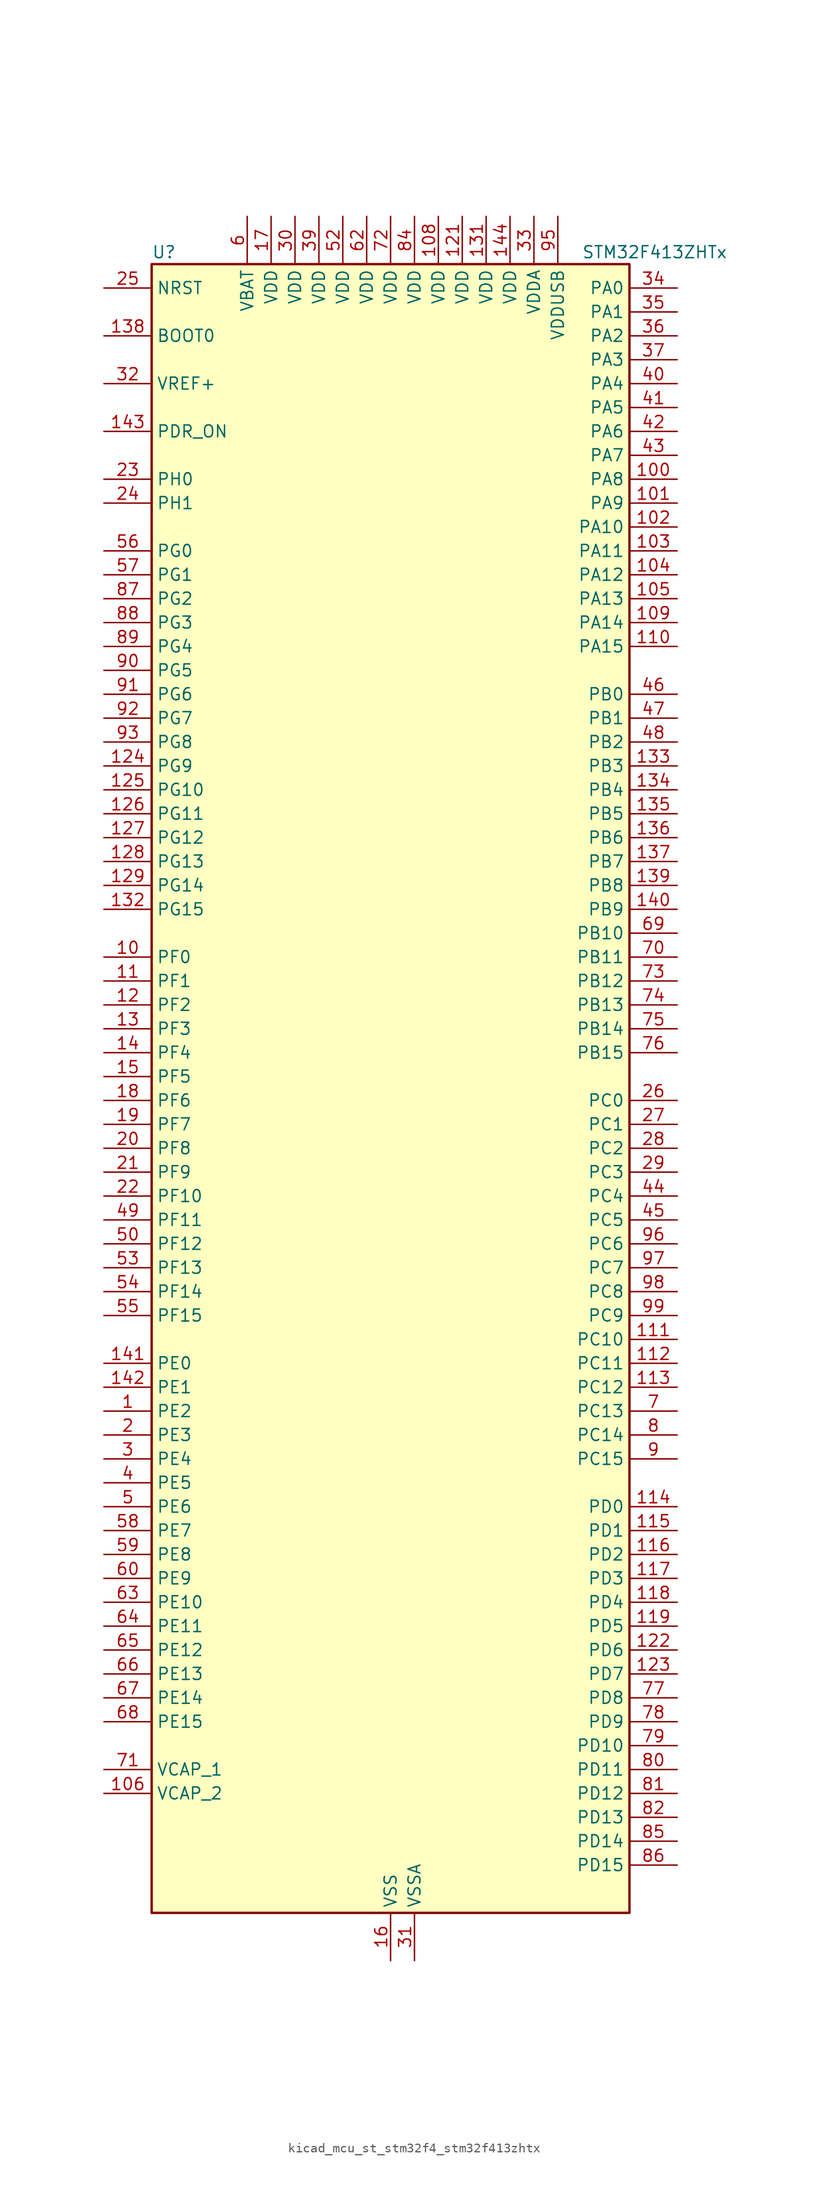
<source format=kicad_sym>
(kicad_symbol_lib
  (version 20220914)
  (generator kicad_symbol_editor)
  (symbol "kicad_mcu_st_stm32f4_stm32f413zhtx"
    (property "Reference" "U"
      (at -25.4 90.17 0)
      (effects (font (size 1.27 1.27)) (justify left)))
    (property "Value" "STM32F413ZHTx"
      (at 20.32 90.17 0)
      (effects (font (size 1.27 1.27)) (justify left)))
    (property "ki_locked" ""
      (at 0 0 0)
      (effects (font (size 1.27 1.27))))
    (symbol "kicad_mcu_st_stm32f4_stm32f413zhtx_0_1"
      (rectangle (start -25.4 -86.36) (end 25.4 88.9) (stroke (width 0.254) (type default)) (fill (type background))))
    (symbol "kicad_mcu_st_stm32f4_stm32f413zhtx_1_1"
      (pin bidirectional line (at -30.48 -33.02 0) (length 5.08) (name "PE2" (effects (font (size 1.27 1.27)))) (number "1" (effects (font (size 1.27 1.27)))) (alternate "FSMC_A23" bidirectional line) (alternate "I2S4_CK" bidirectional line) (alternate "I2S5_CK" bidirectional line) (alternate "QUADSPI_BK1_IO2" bidirectional line) (alternate "SAI1_MCLK_A" bidirectional line) (alternate "SPI4_SCK" bidirectional line) (alternate "SPI5_SCK" bidirectional line) (alternate "SYS_TRACECLK" bidirectional line) (alternate "UART10_RX" bidirectional line))
      (pin bidirectional line (at -30.48 15.24 0) (length 5.08) (name "PF0" (effects (font (size 1.27 1.27)))) (number "10" (effects (font (size 1.27 1.27)))) (alternate "FSMC_A0" bidirectional line) (alternate "I2C2_SDA" bidirectional line))
      (pin bidirectional line (at 30.48 66.04 180) (length 5.08) (name "PA8" (effects (font (size 1.27 1.27)))) (number "100" (effects (font (size 1.27 1.27)))) (alternate "CAN3_RX" bidirectional line) (alternate "DFSDM1_CKOUT" bidirectional line) (alternate "I2C3_SCL" bidirectional line) (alternate "RCC_MCO_1" bidirectional line) (alternate "SDIO_D1" bidirectional line) (alternate "TIM1_CH1" bidirectional line) (alternate "UART7_RX" bidirectional line) (alternate "USART1_CK" bidirectional line) (alternate "USB_OTG_FS_SOF" bidirectional line))
      (pin bidirectional line (at 30.48 63.5 180) (length 5.08) (name "PA9" (effects (font (size 1.27 1.27)))) (number "101" (effects (font (size 1.27 1.27)))) (alternate "DAC_EXTI9" bidirectional line) (alternate "DFSDM2_CKIN3" bidirectional line) (alternate "I2C3_SMBA" bidirectional line) (alternate "I2S2_CK" bidirectional line) (alternate "SDIO_D2" bidirectional line) (alternate "SPI2_SCK" bidirectional line) (alternate "TIM1_CH2" bidirectional line) (alternate "USART1_TX" bidirectional line) (alternate "USB_OTG_FS_VBUS" bidirectional line))
      (pin bidirectional line (at 30.48 60.96 180) (length 5.08) (name "PA10" (effects (font (size 1.27 1.27)))) (number "102" (effects (font (size 1.27 1.27)))) (alternate "DFSDM2_DATIN3" bidirectional line) (alternate "I2S2_SD" bidirectional line) (alternate "I2S5_SD" bidirectional line) (alternate "SPI2_MOSI" bidirectional line) (alternate "SPI5_MOSI" bidirectional line) (alternate "TIM1_CH3" bidirectional line) (alternate "USART1_RX" bidirectional line) (alternate "USB_OTG_FS_ID" bidirectional line))
      (pin bidirectional line (at 30.48 58.42 180) (length 5.08) (name "PA11" (effects (font (size 1.27 1.27)))) (number "103" (effects (font (size 1.27 1.27)))) (alternate "ADC1_EXTI11" bidirectional line) (alternate "CAN1_RX" bidirectional line) (alternate "DFSDM2_CKIN5" bidirectional line) (alternate "I2S2_WS" bidirectional line) (alternate "SPI2_NSS" bidirectional line) (alternate "SPI4_MISO" bidirectional line) (alternate "TIM1_CH4" bidirectional line) (alternate "UART4_RX" bidirectional line) (alternate "USART1_CTS" bidirectional line) (alternate "USART6_TX" bidirectional line) (alternate "USB_OTG_FS_DM" bidirectional line))
      (pin bidirectional line (at 30.48 55.88 180) (length 5.08) (name "PA12" (effects (font (size 1.27 1.27)))) (number "104" (effects (font (size 1.27 1.27)))) (alternate "CAN1_TX" bidirectional line) (alternate "DFSDM2_DATIN5" bidirectional line) (alternate "SPI2_MISO" bidirectional line) (alternate "SPI5_MISO" bidirectional line) (alternate "TIM1_ETR" bidirectional line) (alternate "UART4_TX" bidirectional line) (alternate "USART1_RTS" bidirectional line) (alternate "USART6_RX" bidirectional line) (alternate "USB_OTG_FS_DP" bidirectional line))
      (pin bidirectional line (at 30.48 53.34 180) (length 5.08) (name "PA13" (effects (font (size 1.27 1.27)))) (number "105" (effects (font (size 1.27 1.27)))) (alternate "SYS_JTMS-SWDIO" bidirectional line))
      (pin power_out line (at -30.48 -73.66 0) (length 5.08) (name "VCAP_2" (effects (font (size 1.27 1.27)))) (number "106" (effects (font (size 1.27 1.27)))))
      (pin passive line (at 0 -91.44 90) (length 5.08) hide (name "VSS" (effects (font (size 1.27 1.27)))) (number "107" (effects (font (size 1.27 1.27)))))
      (pin power_in line (at 5.08 93.98 270) (length 5.08) (name "VDD" (effects (font (size 1.27 1.27)))) (number "108" (effects (font (size 1.27 1.27)))))
      (pin bidirectional line (at 30.48 50.8 180) (length 5.08) (name "PA14" (effects (font (size 1.27 1.27)))) (number "109" (effects (font (size 1.27 1.27)))) (alternate "SYS_JTCK-SWCLK" bidirectional line))
      (pin bidirectional line (at -30.48 12.7 0) (length 5.08) (name "PF1" (effects (font (size 1.27 1.27)))) (number "11" (effects (font (size 1.27 1.27)))) (alternate "FSMC_A1" bidirectional line) (alternate "I2C2_SCL" bidirectional line))
      (pin bidirectional line (at 30.48 48.26 180) (length 5.08) (name "PA15" (effects (font (size 1.27 1.27)))) (number "110" (effects (font (size 1.27 1.27)))) (alternate "ADC1_EXTI15" bidirectional line) (alternate "CAN3_TX" bidirectional line) (alternate "I2S1_WS" bidirectional line) (alternate "I2S3_WS" bidirectional line) (alternate "SAI1_MCLK_A" bidirectional line) (alternate "SPI1_NSS" bidirectional line) (alternate "SPI3_NSS" bidirectional line) (alternate "SYS_JTDI" bidirectional line) (alternate "TIM2_CH1" bidirectional line) (alternate "TIM2_ETR" bidirectional line) (alternate "UART7_TX" bidirectional line) (alternate "USART1_TX" bidirectional line))
      (pin bidirectional line (at 30.48 -25.4 180) (length 5.08) (name "PC10" (effects (font (size 1.27 1.27)))) (number "111" (effects (font (size 1.27 1.27)))) (alternate "DFSDM2_CKIN5" bidirectional line) (alternate "I2S3_CK" bidirectional line) (alternate "QUADSPI_BK1_IO1" bidirectional line) (alternate "SDIO_D2" bidirectional line) (alternate "SPI3_SCK" bidirectional line) (alternate "USART3_TX" bidirectional line))
      (pin bidirectional line (at 30.48 -27.94 180) (length 5.08) (name "PC11" (effects (font (size 1.27 1.27)))) (number "112" (effects (font (size 1.27 1.27)))) (alternate "ADC1_EXTI11" bidirectional line) (alternate "DFSDM2_DATIN5" bidirectional line) (alternate "FSMC_D2" bidirectional line) (alternate "FSMC_DA2" bidirectional line) (alternate "I2S3_ext_SD" bidirectional line) (alternate "QUADSPI_BK2_NCS" bidirectional line) (alternate "SDIO_D3" bidirectional line) (alternate "SPI3_MISO" bidirectional line) (alternate "UART4_RX" bidirectional line) (alternate "USART3_RX" bidirectional line))
      (pin bidirectional line (at 30.48 -30.48 180) (length 5.08) (name "PC12" (effects (font (size 1.27 1.27)))) (number "113" (effects (font (size 1.27 1.27)))) (alternate "FSMC_D3" bidirectional line) (alternate "FSMC_DA3" bidirectional line) (alternate "I2S3_SD" bidirectional line) (alternate "SDIO_CK" bidirectional line) (alternate "SPI3_MOSI" bidirectional line) (alternate "UART5_TX" bidirectional line) (alternate "USART3_CK" bidirectional line))
      (pin bidirectional line (at 30.48 -43.18 180) (length 5.08) (name "PD0" (effects (font (size 1.27 1.27)))) (number "114" (effects (font (size 1.27 1.27)))) (alternate "CAN1_RX" bidirectional line) (alternate "DFSDM2_CKIN6" bidirectional line) (alternate "FSMC_D2" bidirectional line) (alternate "FSMC_DA2" bidirectional line) (alternate "UART4_RX" bidirectional line))
      (pin bidirectional line (at 30.48 -45.72 180) (length 5.08) (name "PD1" (effects (font (size 1.27 1.27)))) (number "115" (effects (font (size 1.27 1.27)))) (alternate "CAN1_TX" bidirectional line) (alternate "DFSDM2_DATIN6" bidirectional line) (alternate "FSMC_D3" bidirectional line) (alternate "FSMC_DA3" bidirectional line) (alternate "UART4_TX" bidirectional line))
      (pin bidirectional line (at 30.48 -48.26 180) (length 5.08) (name "PD2" (effects (font (size 1.27 1.27)))) (number "116" (effects (font (size 1.27 1.27)))) (alternate "DFSDM2_CKOUT" bidirectional line) (alternate "FSMC_NWE" bidirectional line) (alternate "SDIO_CMD" bidirectional line) (alternate "TIM3_ETR" bidirectional line) (alternate "UART5_RX" bidirectional line))
      (pin bidirectional line (at 30.48 -50.8 180) (length 5.08) (name "PD3" (effects (font (size 1.27 1.27)))) (number "117" (effects (font (size 1.27 1.27)))) (alternate "DFSDM1_DATIN0" bidirectional line) (alternate "FSMC_CLK" bidirectional line) (alternate "I2S2_CK" bidirectional line) (alternate "QUADSPI_CLK" bidirectional line) (alternate "SPI2_SCK" bidirectional line) (alternate "SYS_TRACED1" bidirectional line) (alternate "USART2_CTS" bidirectional line))
      (pin bidirectional line (at 30.48 -53.34 180) (length 5.08) (name "PD4" (effects (font (size 1.27 1.27)))) (number "118" (effects (font (size 1.27 1.27)))) (alternate "DFSDM1_CKIN0" bidirectional line) (alternate "FSMC_NOE" bidirectional line) (alternate "USART2_RTS" bidirectional line))
      (pin bidirectional line (at 30.48 -55.88 180) (length 5.08) (name "PD5" (effects (font (size 1.27 1.27)))) (number "119" (effects (font (size 1.27 1.27)))) (alternate "DFSDM2_CKOUT" bidirectional line) (alternate "FSMC_NWE" bidirectional line) (alternate "USART2_TX" bidirectional line))
      (pin bidirectional line (at -30.48 10.16 0) (length 5.08) (name "PF2" (effects (font (size 1.27 1.27)))) (number "12" (effects (font (size 1.27 1.27)))) (alternate "FSMC_A2" bidirectional line) (alternate "I2C2_SMBA" bidirectional line))
      (pin passive line (at 0 -91.44 90) (length 5.08) hide (name "VSS" (effects (font (size 1.27 1.27)))) (number "120" (effects (font (size 1.27 1.27)))))
      (pin power_in line (at 7.62 93.98 270) (length 5.08) (name "VDD" (effects (font (size 1.27 1.27)))) (number "121" (effects (font (size 1.27 1.27)))))
      (pin bidirectional line (at 30.48 -58.42 180) (length 5.08) (name "PD6" (effects (font (size 1.27 1.27)))) (number "122" (effects (font (size 1.27 1.27)))) (alternate "DFSDM1_DATIN1" bidirectional line) (alternate "FSMC_NWAIT" bidirectional line) (alternate "I2S3_SD" bidirectional line) (alternate "SPI3_MOSI" bidirectional line) (alternate "USART2_RX" bidirectional line))
      (pin bidirectional line (at 30.48 -60.96 180) (length 5.08) (name "PD7" (effects (font (size 1.27 1.27)))) (number "123" (effects (font (size 1.27 1.27)))) (alternate "DFSDM1_CKIN1" bidirectional line) (alternate "FSMC_NE1" bidirectional line) (alternate "USART2_CK" bidirectional line))
      (pin bidirectional line (at -30.48 35.56 0) (length 5.08) (name "PG9" (effects (font (size 1.27 1.27)))) (number "124" (effects (font (size 1.27 1.27)))) (alternate "DAC_EXTI9" bidirectional line) (alternate "FSMC_NE2" bidirectional line) (alternate "QUADSPI_BK2_IO2" bidirectional line) (alternate "USART6_RX" bidirectional line))
      (pin bidirectional line (at -30.48 33.02 0) (length 5.08) (name "PG10" (effects (font (size 1.27 1.27)))) (number "125" (effects (font (size 1.27 1.27)))) (alternate "FSMC_NE3" bidirectional line))
      (pin bidirectional line (at -30.48 30.48 0) (length 5.08) (name "PG11" (effects (font (size 1.27 1.27)))) (number "126" (effects (font (size 1.27 1.27)))) (alternate "ADC1_EXTI11" bidirectional line) (alternate "CAN2_RX" bidirectional line) (alternate "UART10_RX" bidirectional line))
      (pin bidirectional line (at -30.48 27.94 0) (length 5.08) (name "PG12" (effects (font (size 1.27 1.27)))) (number "127" (effects (font (size 1.27 1.27)))) (alternate "CAN2_TX" bidirectional line) (alternate "FSMC_NE4" bidirectional line) (alternate "UART10_TX" bidirectional line) (alternate "USART6_RTS" bidirectional line))
      (pin bidirectional line (at -30.48 25.4 0) (length 5.08) (name "PG13" (effects (font (size 1.27 1.27)))) (number "128" (effects (font (size 1.27 1.27)))) (alternate "FSMC_A24" bidirectional line) (alternate "SYS_TRACED2" bidirectional line) (alternate "USART6_CTS" bidirectional line))
      (pin bidirectional line (at -30.48 22.86 0) (length 5.08) (name "PG14" (effects (font (size 1.27 1.27)))) (number "129" (effects (font (size 1.27 1.27)))) (alternate "FSMC_A25" bidirectional line) (alternate "QUADSPI_BK2_IO3" bidirectional line) (alternate "SYS_TRACED3" bidirectional line) (alternate "USART6_TX" bidirectional line))
      (pin bidirectional line (at -30.48 7.62 0) (length 5.08) (name "PF3" (effects (font (size 1.27 1.27)))) (number "13" (effects (font (size 1.27 1.27)))) (alternate "FSMC_A3" bidirectional line) (alternate "TIM5_CH1" bidirectional line))
      (pin passive line (at 0 -91.44 90) (length 5.08) hide (name "VSS" (effects (font (size 1.27 1.27)))) (number "130" (effects (font (size 1.27 1.27)))))
      (pin power_in line (at 10.16 93.98 270) (length 5.08) (name "VDD" (effects (font (size 1.27 1.27)))) (number "131" (effects (font (size 1.27 1.27)))))
      (pin bidirectional line (at -30.48 20.32 0) (length 5.08) (name "PG15" (effects (font (size 1.27 1.27)))) (number "132" (effects (font (size 1.27 1.27)))) (alternate "ADC1_EXTI15" bidirectional line) (alternate "USART6_CTS" bidirectional line))
      (pin bidirectional line (at 30.48 35.56 180) (length 5.08) (name "PB3" (effects (font (size 1.27 1.27)))) (number "133" (effects (font (size 1.27 1.27)))) (alternate "CAN3_RX" bidirectional line) (alternate "FMPI2C1_SDA" bidirectional line) (alternate "I2C2_SDA" bidirectional line) (alternate "I2S1_CK" bidirectional line) (alternate "I2S3_CK" bidirectional line) (alternate "SAI1_SD_A" bidirectional line) (alternate "SPI1_SCK" bidirectional line) (alternate "SPI3_SCK" bidirectional line) (alternate "SYS_JTDO-SWO" bidirectional line) (alternate "TIM2_CH2" bidirectional line) (alternate "UART7_RX" bidirectional line) (alternate "USART1_RX" bidirectional line))
      (pin bidirectional line (at 30.48 33.02 180) (length 5.08) (name "PB4" (effects (font (size 1.27 1.27)))) (number "134" (effects (font (size 1.27 1.27)))) (alternate "CAN3_TX" bidirectional line) (alternate "I2C3_SDA" bidirectional line) (alternate "I2S3_ext_SD" bidirectional line) (alternate "SAI1_SCK_A" bidirectional line) (alternate "SDIO_D0" bidirectional line) (alternate "SPI1_MISO" bidirectional line) (alternate "SPI3_MISO" bidirectional line) (alternate "SYS_JTRST" bidirectional line) (alternate "TIM3_CH1" bidirectional line) (alternate "UART7_TX" bidirectional line))
      (pin bidirectional line (at 30.48 30.48 180) (length 5.08) (name "PB5" (effects (font (size 1.27 1.27)))) (number "135" (effects (font (size 1.27 1.27)))) (alternate "CAN2_RX" bidirectional line) (alternate "I2C1_SMBA" bidirectional line) (alternate "I2S1_SD" bidirectional line) (alternate "I2S3_SD" bidirectional line) (alternate "LPTIM1_IN1" bidirectional line) (alternate "SAI1_FS_A" bidirectional line) (alternate "SDIO_D3" bidirectional line) (alternate "SPI1_MOSI" bidirectional line) (alternate "SPI3_MOSI" bidirectional line) (alternate "TIM3_CH2" bidirectional line) (alternate "UART5_RX" bidirectional line))
      (pin bidirectional line (at 30.48 27.94 180) (length 5.08) (name "PB6" (effects (font (size 1.27 1.27)))) (number "136" (effects (font (size 1.27 1.27)))) (alternate "CAN2_TX" bidirectional line) (alternate "DFSDM2_CKIN7" bidirectional line) (alternate "I2C1_SCL" bidirectional line) (alternate "LPTIM1_ETR" bidirectional line) (alternate "QUADSPI_BK1_NCS" bidirectional line) (alternate "SDIO_D0" bidirectional line) (alternate "TIM4_CH1" bidirectional line) (alternate "UART5_TX" bidirectional line) (alternate "USART1_TX" bidirectional line))
      (pin bidirectional line (at 30.48 25.4 180) (length 5.08) (name "PB7" (effects (font (size 1.27 1.27)))) (number "137" (effects (font (size 1.27 1.27)))) (alternate "DFSDM2_DATIN7" bidirectional line) (alternate "FSMC_NL" bidirectional line) (alternate "I2C1_SDA" bidirectional line) (alternate "LPTIM1_IN2" bidirectional line) (alternate "TIM4_CH2" bidirectional line) (alternate "USART1_RX" bidirectional line))
      (pin input line (at -30.48 81.28 0) (length 5.08) (name "BOOT0" (effects (font (size 1.27 1.27)))) (number "138" (effects (font (size 1.27 1.27)))))
      (pin bidirectional line (at 30.48 22.86 180) (length 5.08) (name "PB8" (effects (font (size 1.27 1.27)))) (number "139" (effects (font (size 1.27 1.27)))) (alternate "CAN1_RX" bidirectional line) (alternate "DFSDM2_CKIN1" bidirectional line) (alternate "I2C1_SCL" bidirectional line) (alternate "I2C3_SDA" bidirectional line) (alternate "I2S5_SD" bidirectional line) (alternate "LPTIM1_OUT" bidirectional line) (alternate "SDIO_D4" bidirectional line) (alternate "SPI5_MOSI" bidirectional line) (alternate "TIM10_CH1" bidirectional line) (alternate "TIM4_CH3" bidirectional line) (alternate "UART5_RX" bidirectional line))
      (pin bidirectional line (at -30.48 5.08 0) (length 5.08) (name "PF4" (effects (font (size 1.27 1.27)))) (number "14" (effects (font (size 1.27 1.27)))) (alternate "FSMC_A4" bidirectional line) (alternate "TIM5_CH2" bidirectional line))
      (pin bidirectional line (at 30.48 20.32 180) (length 5.08) (name "PB9" (effects (font (size 1.27 1.27)))) (number "140" (effects (font (size 1.27 1.27)))) (alternate "CAN1_TX" bidirectional line) (alternate "DAC_EXTI9" bidirectional line) (alternate "DFSDM2_DATIN1" bidirectional line) (alternate "I2C1_SDA" bidirectional line) (alternate "I2C2_SDA" bidirectional line) (alternate "I2S2_WS" bidirectional line) (alternate "SDIO_D5" bidirectional line) (alternate "SPI2_NSS" bidirectional line) (alternate "TIM11_CH1" bidirectional line) (alternate "TIM4_CH4" bidirectional line) (alternate "UART5_TX" bidirectional line))
      (pin bidirectional line (at -30.48 -27.94 0) (length 5.08) (name "PE0" (effects (font (size 1.27 1.27)))) (number "141" (effects (font (size 1.27 1.27)))) (alternate "DFSDM2_CKIN4" bidirectional line) (alternate "FSMC_NBL0" bidirectional line) (alternate "TIM4_ETR" bidirectional line) (alternate "UART8_RX" bidirectional line))
      (pin bidirectional line (at -30.48 -30.48 0) (length 5.08) (name "PE1" (effects (font (size 1.27 1.27)))) (number "142" (effects (font (size 1.27 1.27)))) (alternate "DFSDM2_DATIN4" bidirectional line) (alternate "FSMC_NBL1" bidirectional line) (alternate "UART8_TX" bidirectional line))
      (pin input line (at -30.48 71.12 0) (length 5.08) (name "PDR_ON" (effects (font (size 1.27 1.27)))) (number "143" (effects (font (size 1.27 1.27)))))
      (pin power_in line (at 12.7 93.98 270) (length 5.08) (name "VDD" (effects (font (size 1.27 1.27)))) (number "144" (effects (font (size 1.27 1.27)))))
      (pin bidirectional line (at -30.48 2.54 0) (length 5.08) (name "PF5" (effects (font (size 1.27 1.27)))) (number "15" (effects (font (size 1.27 1.27)))) (alternate "FSMC_A5" bidirectional line) (alternate "TIM5_CH3" bidirectional line))
      (pin power_in line (at 0 -91.44 90) (length 5.08) (name "VSS" (effects (font (size 1.27 1.27)))) (number "16" (effects (font (size 1.27 1.27)))))
      (pin power_in line (at -12.7 93.98 270) (length 5.08) (name "VDD" (effects (font (size 1.27 1.27)))) (number "17" (effects (font (size 1.27 1.27)))))
      (pin bidirectional line (at -30.48 0 0) (length 5.08) (name "PF6" (effects (font (size 1.27 1.27)))) (number "18" (effects (font (size 1.27 1.27)))) (alternate "QUADSPI_BK1_IO3" bidirectional line) (alternate "SAI1_SD_B" bidirectional line) (alternate "SYS_TRACED0" bidirectional line) (alternate "TIM10_CH1" bidirectional line) (alternate "UART7_RX" bidirectional line))
      (pin bidirectional line (at -30.48 -2.54 0) (length 5.08) (name "PF7" (effects (font (size 1.27 1.27)))) (number "19" (effects (font (size 1.27 1.27)))) (alternate "QUADSPI_BK1_IO2" bidirectional line) (alternate "SAI1_MCLK_B" bidirectional line) (alternate "SYS_TRACED1" bidirectional line) (alternate "TIM11_CH1" bidirectional line) (alternate "UART7_TX" bidirectional line))
      (pin bidirectional line (at -30.48 -35.56 0) (length 5.08) (name "PE3" (effects (font (size 1.27 1.27)))) (number "2" (effects (font (size 1.27 1.27)))) (alternate "FSMC_A19" bidirectional line) (alternate "SAI1_SD_B" bidirectional line) (alternate "SYS_TRACED0" bidirectional line) (alternate "UART10_TX" bidirectional line))
      (pin bidirectional line (at -30.48 -5.08 0) (length 5.08) (name "PF8" (effects (font (size 1.27 1.27)))) (number "20" (effects (font (size 1.27 1.27)))) (alternate "QUADSPI_BK1_IO0" bidirectional line) (alternate "SAI1_SCK_B" bidirectional line) (alternate "TIM13_CH1" bidirectional line) (alternate "UART8_RX" bidirectional line))
      (pin bidirectional line (at -30.48 -7.62 0) (length 5.08) (name "PF9" (effects (font (size 1.27 1.27)))) (number "21" (effects (font (size 1.27 1.27)))) (alternate "DAC_EXTI9" bidirectional line) (alternate "QUADSPI_BK1_IO1" bidirectional line) (alternate "SAI1_FS_B" bidirectional line) (alternate "TIM14_CH1" bidirectional line) (alternate "UART8_TX" bidirectional line))
      (pin bidirectional line (at -30.48 -10.16 0) (length 5.08) (name "PF10" (effects (font (size 1.27 1.27)))) (number "22" (effects (font (size 1.27 1.27)))) (alternate "TIM1_ETR" bidirectional line) (alternate "TIM5_CH4" bidirectional line))
      (pin bidirectional line (at -30.48 66.04 0) (length 5.08) (name "PH0" (effects (font (size 1.27 1.27)))) (number "23" (effects (font (size 1.27 1.27)))) (alternate "RCC_OSC_IN" bidirectional line))
      (pin bidirectional line (at -30.48 63.5 0) (length 5.08) (name "PH1" (effects (font (size 1.27 1.27)))) (number "24" (effects (font (size 1.27 1.27)))) (alternate "RCC_OSC_OUT" bidirectional line))
      (pin input line (at -30.48 86.36 0) (length 5.08) (name "NRST" (effects (font (size 1.27 1.27)))) (number "25" (effects (font (size 1.27 1.27)))))
      (pin bidirectional line (at 30.48 0 180) (length 5.08) (name "PC0" (effects (font (size 1.27 1.27)))) (number "26" (effects (font (size 1.27 1.27)))) (alternate "ADC1_IN10" bidirectional line) (alternate "DFSDM2_CKIN4" bidirectional line) (alternate "LPTIM1_IN1" bidirectional line) (alternate "SAI1_MCLK_B" bidirectional line) (alternate "SYS_WKUP2" bidirectional line))
      (pin bidirectional line (at 30.48 -2.54 180) (length 5.08) (name "PC1" (effects (font (size 1.27 1.27)))) (number "27" (effects (font (size 1.27 1.27)))) (alternate "ADC1_IN11" bidirectional line) (alternate "DFSDM2_DATIN4" bidirectional line) (alternate "LPTIM1_OUT" bidirectional line) (alternate "SAI1_SD_B" bidirectional line) (alternate "SYS_WKUP3" bidirectional line))
      (pin bidirectional line (at 30.48 -5.08 180) (length 5.08) (name "PC2" (effects (font (size 1.27 1.27)))) (number "28" (effects (font (size 1.27 1.27)))) (alternate "ADC1_IN12" bidirectional line) (alternate "DFSDM1_CKOUT" bidirectional line) (alternate "DFSDM2_DATIN7" bidirectional line) (alternate "FSMC_NWE" bidirectional line) (alternate "I2S2_ext_SD" bidirectional line) (alternate "LPTIM1_IN2" bidirectional line) (alternate "SAI1_SCK_B" bidirectional line) (alternate "SPI2_MISO" bidirectional line))
      (pin bidirectional line (at 30.48 -7.62 180) (length 5.08) (name "PC3" (effects (font (size 1.27 1.27)))) (number "29" (effects (font (size 1.27 1.27)))) (alternate "ADC1_IN13" bidirectional line) (alternate "DFSDM2_CKIN7" bidirectional line) (alternate "FSMC_A0" bidirectional line) (alternate "I2S2_SD" bidirectional line) (alternate "LPTIM1_ETR" bidirectional line) (alternate "SAI1_FS_B" bidirectional line) (alternate "SPI2_MOSI" bidirectional line))
      (pin bidirectional line (at -30.48 -38.1 0) (length 5.08) (name "PE4" (effects (font (size 1.27 1.27)))) (number "3" (effects (font (size 1.27 1.27)))) (alternate "DFSDM1_DATIN3" bidirectional line) (alternate "FSMC_A20" bidirectional line) (alternate "I2S4_WS" bidirectional line) (alternate "I2S5_WS" bidirectional line) (alternate "SAI1_SD_A" bidirectional line) (alternate "SPI4_NSS" bidirectional line) (alternate "SPI5_NSS" bidirectional line) (alternate "SYS_TRACED1" bidirectional line))
      (pin power_in line (at -10.16 93.98 270) (length 5.08) (name "VDD" (effects (font (size 1.27 1.27)))) (number "30" (effects (font (size 1.27 1.27)))))
      (pin power_in line (at 2.54 -91.44 90) (length 5.08) (name "VSSA" (effects (font (size 1.27 1.27)))) (number "31" (effects (font (size 1.27 1.27)))))
      (pin input line (at -30.48 76.2 0) (length 5.08) (name "VREF+" (effects (font (size 1.27 1.27)))) (number "32" (effects (font (size 1.27 1.27)))))
      (pin power_in line (at 15.24 93.98 270) (length 5.08) (name "VDDA" (effects (font (size 1.27 1.27)))) (number "33" (effects (font (size 1.27 1.27)))))
      (pin bidirectional line (at 30.48 86.36 180) (length 5.08) (name "PA0" (effects (font (size 1.27 1.27)))) (number "34" (effects (font (size 1.27 1.27)))) (alternate "ADC1_IN0" bidirectional line) (alternate "SYS_WKUP1" bidirectional line) (alternate "TIM2_CH1" bidirectional line) (alternate "TIM2_ETR" bidirectional line) (alternate "TIM5_CH1" bidirectional line) (alternate "TIM8_ETR" bidirectional line) (alternate "UART4_TX" bidirectional line) (alternate "USART2_CTS" bidirectional line))
      (pin bidirectional line (at 30.48 83.82 180) (length 5.08) (name "PA1" (effects (font (size 1.27 1.27)))) (number "35" (effects (font (size 1.27 1.27)))) (alternate "ADC1_IN1" bidirectional line) (alternate "I2S4_SD" bidirectional line) (alternate "QUADSPI_BK1_IO3" bidirectional line) (alternate "SPI4_MOSI" bidirectional line) (alternate "TIM2_CH2" bidirectional line) (alternate "TIM5_CH2" bidirectional line) (alternate "UART4_RX" bidirectional line) (alternate "USART2_RTS" bidirectional line))
      (pin bidirectional line (at 30.48 81.28 180) (length 5.08) (name "PA2" (effects (font (size 1.27 1.27)))) (number "36" (effects (font (size 1.27 1.27)))) (alternate "ADC1_IN2" bidirectional line) (alternate "FSMC_D4" bidirectional line) (alternate "FSMC_DA4" bidirectional line) (alternate "I2S_CKIN" bidirectional line) (alternate "TIM2_CH3" bidirectional line) (alternate "TIM5_CH3" bidirectional line) (alternate "TIM9_CH1" bidirectional line) (alternate "USART2_TX" bidirectional line))
      (pin bidirectional line (at 30.48 78.74 180) (length 5.08) (name "PA3" (effects (font (size 1.27 1.27)))) (number "37" (effects (font (size 1.27 1.27)))) (alternate "ADC1_IN3" bidirectional line) (alternate "FSMC_D5" bidirectional line) (alternate "FSMC_DA5" bidirectional line) (alternate "I2S2_MCK" bidirectional line) (alternate "SAI1_SD_B" bidirectional line) (alternate "TIM2_CH4" bidirectional line) (alternate "TIM5_CH4" bidirectional line) (alternate "TIM9_CH2" bidirectional line) (alternate "USART2_RX" bidirectional line))
      (pin passive line (at 0 -91.44 90) (length 5.08) hide (name "VSS" (effects (font (size 1.27 1.27)))) (number "38" (effects (font (size 1.27 1.27)))))
      (pin power_in line (at -7.62 93.98 270) (length 5.08) (name "VDD" (effects (font (size 1.27 1.27)))) (number "39" (effects (font (size 1.27 1.27)))))
      (pin bidirectional line (at -30.48 -40.64 0) (length 5.08) (name "PE5" (effects (font (size 1.27 1.27)))) (number "4" (effects (font (size 1.27 1.27)))) (alternate "DFSDM1_CKIN3" bidirectional line) (alternate "FSMC_A21" bidirectional line) (alternate "SAI1_SCK_A" bidirectional line) (alternate "SPI4_MISO" bidirectional line) (alternate "SPI5_MISO" bidirectional line) (alternate "SYS_TRACED2" bidirectional line) (alternate "TIM9_CH1" bidirectional line))
      (pin bidirectional line (at 30.48 76.2 180) (length 5.08) (name "PA4" (effects (font (size 1.27 1.27)))) (number "40" (effects (font (size 1.27 1.27)))) (alternate "ADC1_IN4" bidirectional line) (alternate "DAC_OUT1" bidirectional line) (alternate "DFSDM1_DATIN1" bidirectional line) (alternate "FSMC_D6" bidirectional line) (alternate "FSMC_DA6" bidirectional line) (alternate "I2S1_WS" bidirectional line) (alternate "I2S3_WS" bidirectional line) (alternate "SPI1_NSS" bidirectional line) (alternate "SPI3_NSS" bidirectional line) (alternate "USART2_CK" bidirectional line))
      (pin bidirectional line (at 30.48 73.66 180) (length 5.08) (name "PA5" (effects (font (size 1.27 1.27)))) (number "41" (effects (font (size 1.27 1.27)))) (alternate "ADC1_IN5" bidirectional line) (alternate "DAC_OUT2" bidirectional line) (alternate "DFSDM1_CKIN1" bidirectional line) (alternate "FSMC_D7" bidirectional line) (alternate "FSMC_DA7" bidirectional line) (alternate "I2S1_CK" bidirectional line) (alternate "SPI1_SCK" bidirectional line) (alternate "TIM2_CH1" bidirectional line) (alternate "TIM2_ETR" bidirectional line) (alternate "TIM8_CH1N" bidirectional line))
      (pin bidirectional line (at 30.48 71.12 180) (length 5.08) (name "PA6" (effects (font (size 1.27 1.27)))) (number "42" (effects (font (size 1.27 1.27)))) (alternate "ADC1_IN6" bidirectional line) (alternate "DFSDM2_CKIN1" bidirectional line) (alternate "I2S2_MCK" bidirectional line) (alternate "QUADSPI_BK2_IO0" bidirectional line) (alternate "SDIO_CMD" bidirectional line) (alternate "SPI1_MISO" bidirectional line) (alternate "TIM13_CH1" bidirectional line) (alternate "TIM1_BKIN" bidirectional line) (alternate "TIM3_CH1" bidirectional line) (alternate "TIM8_BKIN" bidirectional line))
      (pin bidirectional line (at 30.48 68.58 180) (length 5.08) (name "PA7" (effects (font (size 1.27 1.27)))) (number "43" (effects (font (size 1.27 1.27)))) (alternate "ADC1_IN7" bidirectional line) (alternate "DFSDM2_DATIN1" bidirectional line) (alternate "I2S1_SD" bidirectional line) (alternate "QUADSPI_BK2_IO1" bidirectional line) (alternate "SPI1_MOSI" bidirectional line) (alternate "TIM14_CH1" bidirectional line) (alternate "TIM1_CH1N" bidirectional line) (alternate "TIM3_CH2" bidirectional line) (alternate "TIM8_CH1N" bidirectional line))
      (pin bidirectional line (at 30.48 -10.16 180) (length 5.08) (name "PC4" (effects (font (size 1.27 1.27)))) (number "44" (effects (font (size 1.27 1.27)))) (alternate "ADC1_IN14" bidirectional line) (alternate "DFSDM2_CKIN2" bidirectional line) (alternate "FSMC_NE4" bidirectional line) (alternate "I2S1_MCK" bidirectional line) (alternate "QUADSPI_BK2_IO2" bidirectional line))
      (pin bidirectional line (at 30.48 -12.7 180) (length 5.08) (name "PC5" (effects (font (size 1.27 1.27)))) (number "45" (effects (font (size 1.27 1.27)))) (alternate "ADC1_IN15" bidirectional line) (alternate "DFSDM2_DATIN2" bidirectional line) (alternate "FMPI2C1_SMBA" bidirectional line) (alternate "FSMC_NOE" bidirectional line) (alternate "QUADSPI_BK2_IO3" bidirectional line) (alternate "USART3_RX" bidirectional line))
      (pin bidirectional line (at 30.48 43.18 180) (length 5.08) (name "PB0" (effects (font (size 1.27 1.27)))) (number "46" (effects (font (size 1.27 1.27)))) (alternate "ADC1_IN8" bidirectional line) (alternate "I2S5_CK" bidirectional line) (alternate "SPI5_SCK" bidirectional line) (alternate "TIM1_CH2N" bidirectional line) (alternate "TIM3_CH3" bidirectional line) (alternate "TIM8_CH2N" bidirectional line))
      (pin bidirectional line (at 30.48 40.64 180) (length 5.08) (name "PB1" (effects (font (size 1.27 1.27)))) (number "47" (effects (font (size 1.27 1.27)))) (alternate "ADC1_IN9" bidirectional line) (alternate "DFSDM1_DATIN0" bidirectional line) (alternate "I2S5_WS" bidirectional line) (alternate "QUADSPI_CLK" bidirectional line) (alternate "SPI5_NSS" bidirectional line) (alternate "TIM1_CH3N" bidirectional line) (alternate "TIM3_CH4" bidirectional line) (alternate "TIM8_CH3N" bidirectional line))
      (pin bidirectional line (at 30.48 38.1 180) (length 5.08) (name "PB2" (effects (font (size 1.27 1.27)))) (number "48" (effects (font (size 1.27 1.27)))) (alternate "DFSDM1_CKIN0" bidirectional line) (alternate "LPTIM1_OUT" bidirectional line) (alternate "QUADSPI_CLK" bidirectional line))
      (pin bidirectional line (at -30.48 -12.7 0) (length 5.08) (name "PF11" (effects (font (size 1.27 1.27)))) (number "49" (effects (font (size 1.27 1.27)))) (alternate "ADC1_EXTI11" bidirectional line) (alternate "TIM8_ETR" bidirectional line))
      (pin bidirectional line (at -30.48 -43.18 0) (length 5.08) (name "PE6" (effects (font (size 1.27 1.27)))) (number "5" (effects (font (size 1.27 1.27)))) (alternate "FSMC_A22" bidirectional line) (alternate "I2S4_SD" bidirectional line) (alternate "I2S5_SD" bidirectional line) (alternate "SAI1_FS_A" bidirectional line) (alternate "SPI4_MOSI" bidirectional line) (alternate "SPI5_MOSI" bidirectional line) (alternate "SYS_TRACED3" bidirectional line) (alternate "TIM9_CH2" bidirectional line))
      (pin bidirectional line (at -30.48 -15.24 0) (length 5.08) (name "PF12" (effects (font (size 1.27 1.27)))) (number "50" (effects (font (size 1.27 1.27)))) (alternate "FSMC_A6" bidirectional line) (alternate "TIM8_BKIN" bidirectional line))
      (pin passive line (at 0 -91.44 90) (length 5.08) hide (name "VSS" (effects (font (size 1.27 1.27)))) (number "51" (effects (font (size 1.27 1.27)))))
      (pin power_in line (at -5.08 93.98 270) (length 5.08) (name "VDD" (effects (font (size 1.27 1.27)))) (number "52" (effects (font (size 1.27 1.27)))))
      (pin bidirectional line (at -30.48 -17.78 0) (length 5.08) (name "PF13" (effects (font (size 1.27 1.27)))) (number "53" (effects (font (size 1.27 1.27)))) (alternate "FMPI2C1_SMBA" bidirectional line) (alternate "FSMC_A7" bidirectional line))
      (pin bidirectional line (at -30.48 -20.32 0) (length 5.08) (name "PF14" (effects (font (size 1.27 1.27)))) (number "54" (effects (font (size 1.27 1.27)))) (alternate "FMPI2C1_SCL" bidirectional line) (alternate "FSMC_A8" bidirectional line))
      (pin bidirectional line (at -30.48 -22.86 0) (length 5.08) (name "PF15" (effects (font (size 1.27 1.27)))) (number "55" (effects (font (size 1.27 1.27)))) (alternate "ADC1_EXTI15" bidirectional line) (alternate "FMPI2C1_SDA" bidirectional line) (alternate "FSMC_A9" bidirectional line))
      (pin bidirectional line (at -30.48 58.42 0) (length 5.08) (name "PG0" (effects (font (size 1.27 1.27)))) (number "56" (effects (font (size 1.27 1.27)))) (alternate "CAN1_RX" bidirectional line) (alternate "FSMC_A10" bidirectional line) (alternate "UART9_RX" bidirectional line))
      (pin bidirectional line (at -30.48 55.88 0) (length 5.08) (name "PG1" (effects (font (size 1.27 1.27)))) (number "57" (effects (font (size 1.27 1.27)))) (alternate "CAN1_TX" bidirectional line) (alternate "FSMC_A11" bidirectional line) (alternate "UART9_TX" bidirectional line))
      (pin bidirectional line (at -30.48 -45.72 0) (length 5.08) (name "PE7" (effects (font (size 1.27 1.27)))) (number "58" (effects (font (size 1.27 1.27)))) (alternate "DFSDM1_DATIN2" bidirectional line) (alternate "FSMC_D4" bidirectional line) (alternate "FSMC_DA4" bidirectional line) (alternate "QUADSPI_BK2_IO0" bidirectional line) (alternate "TIM1_ETR" bidirectional line) (alternate "UART7_RX" bidirectional line))
      (pin bidirectional line (at -30.48 -48.26 0) (length 5.08) (name "PE8" (effects (font (size 1.27 1.27)))) (number "59" (effects (font (size 1.27 1.27)))) (alternate "DFSDM1_CKIN2" bidirectional line) (alternate "FSMC_D5" bidirectional line) (alternate "FSMC_DA5" bidirectional line) (alternate "QUADSPI_BK2_IO1" bidirectional line) (alternate "TIM1_CH1N" bidirectional line) (alternate "UART7_TX" bidirectional line))
      (pin power_in line (at -15.24 93.98 270) (length 5.08) (name "VBAT" (effects (font (size 1.27 1.27)))) (number "6" (effects (font (size 1.27 1.27)))))
      (pin bidirectional line (at -30.48 -50.8 0) (length 5.08) (name "PE9" (effects (font (size 1.27 1.27)))) (number "60" (effects (font (size 1.27 1.27)))) (alternate "DAC_EXTI9" bidirectional line) (alternate "DFSDM1_CKOUT" bidirectional line) (alternate "FSMC_D6" bidirectional line) (alternate "FSMC_DA6" bidirectional line) (alternate "QUADSPI_BK2_IO2" bidirectional line) (alternate "TIM1_CH1" bidirectional line))
      (pin passive line (at 0 -91.44 90) (length 5.08) hide (name "VSS" (effects (font (size 1.27 1.27)))) (number "61" (effects (font (size 1.27 1.27)))))
      (pin power_in line (at -2.54 93.98 270) (length 5.08) (name "VDD" (effects (font (size 1.27 1.27)))) (number "62" (effects (font (size 1.27 1.27)))))
      (pin bidirectional line (at -30.48 -53.34 0) (length 5.08) (name "PE10" (effects (font (size 1.27 1.27)))) (number "63" (effects (font (size 1.27 1.27)))) (alternate "DFSDM2_DATIN0" bidirectional line) (alternate "FSMC_D7" bidirectional line) (alternate "FSMC_DA7" bidirectional line) (alternate "QUADSPI_BK2_IO3" bidirectional line) (alternate "TIM1_CH2N" bidirectional line))
      (pin bidirectional line (at -30.48 -55.88 0) (length 5.08) (name "PE11" (effects (font (size 1.27 1.27)))) (number "64" (effects (font (size 1.27 1.27)))) (alternate "ADC1_EXTI11" bidirectional line) (alternate "DFSDM2_CKIN0" bidirectional line) (alternate "FSMC_D8" bidirectional line) (alternate "FSMC_DA8" bidirectional line) (alternate "I2S4_WS" bidirectional line) (alternate "I2S5_WS" bidirectional line) (alternate "SPI4_NSS" bidirectional line) (alternate "SPI5_NSS" bidirectional line) (alternate "TIM1_CH2" bidirectional line))
      (pin bidirectional line (at -30.48 -58.42 0) (length 5.08) (name "PE12" (effects (font (size 1.27 1.27)))) (number "65" (effects (font (size 1.27 1.27)))) (alternate "DFSDM2_DATIN7" bidirectional line) (alternate "FSMC_D9" bidirectional line) (alternate "FSMC_DA9" bidirectional line) (alternate "I2S4_CK" bidirectional line) (alternate "I2S5_CK" bidirectional line) (alternate "SPI4_SCK" bidirectional line) (alternate "SPI5_SCK" bidirectional line) (alternate "TIM1_CH3N" bidirectional line))
      (pin bidirectional line (at -30.48 -60.96 0) (length 5.08) (name "PE13" (effects (font (size 1.27 1.27)))) (number "66" (effects (font (size 1.27 1.27)))) (alternate "DFSDM2_CKIN7" bidirectional line) (alternate "FSMC_D10" bidirectional line) (alternate "FSMC_DA10" bidirectional line) (alternate "SPI4_MISO" bidirectional line) (alternate "SPI5_MISO" bidirectional line) (alternate "TIM1_CH3" bidirectional line))
      (pin bidirectional line (at -30.48 -63.5 0) (length 5.08) (name "PE14" (effects (font (size 1.27 1.27)))) (number "67" (effects (font (size 1.27 1.27)))) (alternate "DFSDM2_DATIN1" bidirectional line) (alternate "FSMC_D11" bidirectional line) (alternate "FSMC_DA11" bidirectional line) (alternate "I2S4_SD" bidirectional line) (alternate "I2S5_SD" bidirectional line) (alternate "SPI4_MOSI" bidirectional line) (alternate "SPI5_MOSI" bidirectional line) (alternate "TIM1_CH4" bidirectional line))
      (pin bidirectional line (at -30.48 -66.04 0) (length 5.08) (name "PE15" (effects (font (size 1.27 1.27)))) (number "68" (effects (font (size 1.27 1.27)))) (alternate "ADC1_EXTI15" bidirectional line) (alternate "DFSDM2_CKIN1" bidirectional line) (alternate "FSMC_D12" bidirectional line) (alternate "FSMC_DA12" bidirectional line) (alternate "TIM1_BKIN" bidirectional line))
      (pin bidirectional line (at 30.48 17.78 180) (length 5.08) (name "PB10" (effects (font (size 1.27 1.27)))) (number "69" (effects (font (size 1.27 1.27)))) (alternate "DFSDM2_CKOUT" bidirectional line) (alternate "FMPI2C1_SCL" bidirectional line) (alternate "I2C2_SCL" bidirectional line) (alternate "I2S2_CK" bidirectional line) (alternate "I2S3_MCK" bidirectional line) (alternate "SDIO_D7" bidirectional line) (alternate "SPI2_SCK" bidirectional line) (alternate "TIM2_CH3" bidirectional line) (alternate "USART3_TX" bidirectional line))
      (pin bidirectional line (at 30.48 -33.02 180) (length 5.08) (name "PC13" (effects (font (size 1.27 1.27)))) (number "7" (effects (font (size 1.27 1.27)))) (alternate "RTC_AF1" bidirectional line))
      (pin bidirectional line (at 30.48 15.24 180) (length 5.08) (name "PB11" (effects (font (size 1.27 1.27)))) (number "70" (effects (font (size 1.27 1.27)))) (alternate "ADC1_EXTI11" bidirectional line) (alternate "I2C2_SDA" bidirectional line) (alternate "I2S_CKIN" bidirectional line) (alternate "TIM2_CH4" bidirectional line) (alternate "USART3_RX" bidirectional line))
      (pin power_out line (at -30.48 -71.12 0) (length 5.08) (name "VCAP_1" (effects (font (size 1.27 1.27)))) (number "71" (effects (font (size 1.27 1.27)))))
      (pin power_in line (at 0 93.98 270) (length 5.08) (name "VDD" (effects (font (size 1.27 1.27)))) (number "72" (effects (font (size 1.27 1.27)))))
      (pin bidirectional line (at 30.48 12.7 180) (length 5.08) (name "PB12" (effects (font (size 1.27 1.27)))) (number "73" (effects (font (size 1.27 1.27)))) (alternate "CAN2_RX" bidirectional line) (alternate "DFSDM1_DATIN1" bidirectional line) (alternate "FSMC_D13" bidirectional line) (alternate "FSMC_DA13" bidirectional line) (alternate "I2C2_SMBA" bidirectional line) (alternate "I2S2_WS" bidirectional line) (alternate "I2S3_CK" bidirectional line) (alternate "I2S4_WS" bidirectional line) (alternate "SPI2_NSS" bidirectional line) (alternate "SPI3_SCK" bidirectional line) (alternate "SPI4_NSS" bidirectional line) (alternate "TIM1_BKIN" bidirectional line) (alternate "UART5_RX" bidirectional line) (alternate "USART3_CK" bidirectional line))
      (pin bidirectional line (at 30.48 10.16 180) (length 5.08) (name "PB13" (effects (font (size 1.27 1.27)))) (number "74" (effects (font (size 1.27 1.27)))) (alternate "CAN2_TX" bidirectional line) (alternate "DFSDM1_CKIN1" bidirectional line) (alternate "FMPI2C1_SMBA" bidirectional line) (alternate "I2S2_CK" bidirectional line) (alternate "I2S4_CK" bidirectional line) (alternate "SPI2_SCK" bidirectional line) (alternate "SPI4_SCK" bidirectional line) (alternate "TIM1_CH1N" bidirectional line) (alternate "UART5_TX" bidirectional line) (alternate "USART3_CTS" bidirectional line))
      (pin bidirectional line (at 30.48 7.62 180) (length 5.08) (name "PB14" (effects (font (size 1.27 1.27)))) (number "75" (effects (font (size 1.27 1.27)))) (alternate "DFSDM1_DATIN2" bidirectional line) (alternate "FMPI2C1_SDA" bidirectional line) (alternate "FSMC_D0" bidirectional line) (alternate "FSMC_DA0" bidirectional line) (alternate "I2S2_ext_SD" bidirectional line) (alternate "SDIO_D6" bidirectional line) (alternate "SPI2_MISO" bidirectional line) (alternate "TIM12_CH1" bidirectional line) (alternate "TIM1_CH2N" bidirectional line) (alternate "TIM8_CH2N" bidirectional line) (alternate "USART3_RTS" bidirectional line))
      (pin bidirectional line (at 30.48 5.08 180) (length 5.08) (name "PB15" (effects (font (size 1.27 1.27)))) (number "76" (effects (font (size 1.27 1.27)))) (alternate "ADC1_EXTI15" bidirectional line) (alternate "DFSDM1_CKIN2" bidirectional line) (alternate "FMPI2C1_SCL" bidirectional line) (alternate "I2S2_SD" bidirectional line) (alternate "RTC_REFIN" bidirectional line) (alternate "SDIO_CK" bidirectional line) (alternate "SPI2_MOSI" bidirectional line) (alternate "TIM12_CH2" bidirectional line) (alternate "TIM1_CH3N" bidirectional line) (alternate "TIM8_CH3N" bidirectional line))
      (pin bidirectional line (at 30.48 -63.5 180) (length 5.08) (name "PD8" (effects (font (size 1.27 1.27)))) (number "77" (effects (font (size 1.27 1.27)))) (alternate "FSMC_D13" bidirectional line) (alternate "FSMC_DA13" bidirectional line) (alternate "USART3_TX" bidirectional line))
      (pin bidirectional line (at 30.48 -66.04 180) (length 5.08) (name "PD9" (effects (font (size 1.27 1.27)))) (number "78" (effects (font (size 1.27 1.27)))) (alternate "DAC_EXTI9" bidirectional line) (alternate "FSMC_D14" bidirectional line) (alternate "FSMC_DA14" bidirectional line) (alternate "USART3_RX" bidirectional line))
      (pin bidirectional line (at 30.48 -68.58 180) (length 5.08) (name "PD10" (effects (font (size 1.27 1.27)))) (number "79" (effects (font (size 1.27 1.27)))) (alternate "FSMC_D15" bidirectional line) (alternate "FSMC_DA15" bidirectional line) (alternate "UART4_TX" bidirectional line) (alternate "USART3_CK" bidirectional line))
      (pin bidirectional line (at 30.48 -35.56 180) (length 5.08) (name "PC14" (effects (font (size 1.27 1.27)))) (number "8" (effects (font (size 1.27 1.27)))) (alternate "RCC_OSC32_IN" bidirectional line))
      (pin bidirectional line (at 30.48 -71.12 180) (length 5.08) (name "PD11" (effects (font (size 1.27 1.27)))) (number "80" (effects (font (size 1.27 1.27)))) (alternate "ADC1_EXTI11" bidirectional line) (alternate "DFSDM2_DATIN2" bidirectional line) (alternate "FMPI2C1_SMBA" bidirectional line) (alternate "FSMC_A16" bidirectional line) (alternate "QUADSPI_BK1_IO0" bidirectional line) (alternate "USART3_CTS" bidirectional line))
      (pin bidirectional line (at 30.48 -73.66 180) (length 5.08) (name "PD12" (effects (font (size 1.27 1.27)))) (number "81" (effects (font (size 1.27 1.27)))) (alternate "DFSDM2_CKIN2" bidirectional line) (alternate "FMPI2C1_SCL" bidirectional line) (alternate "FSMC_A17" bidirectional line) (alternate "QUADSPI_BK1_IO1" bidirectional line) (alternate "TIM4_CH1" bidirectional line) (alternate "USART3_RTS" bidirectional line))
      (pin bidirectional line (at 30.48 -76.2 180) (length 5.08) (name "PD13" (effects (font (size 1.27 1.27)))) (number "82" (effects (font (size 1.27 1.27)))) (alternate "FMPI2C1_SDA" bidirectional line) (alternate "FSMC_A18" bidirectional line) (alternate "QUADSPI_BK1_IO3" bidirectional line) (alternate "TIM4_CH2" bidirectional line))
      (pin passive line (at 0 -91.44 90) (length 5.08) hide (name "VSS" (effects (font (size 1.27 1.27)))) (number "83" (effects (font (size 1.27 1.27)))))
      (pin power_in line (at 2.54 93.98 270) (length 5.08) (name "VDD" (effects (font (size 1.27 1.27)))) (number "84" (effects (font (size 1.27 1.27)))))
      (pin bidirectional line (at 30.48 -78.74 180) (length 5.08) (name "PD14" (effects (font (size 1.27 1.27)))) (number "85" (effects (font (size 1.27 1.27)))) (alternate "DFSDM2_CKIN0" bidirectional line) (alternate "FMPI2C1_SCL" bidirectional line) (alternate "FSMC_D0" bidirectional line) (alternate "FSMC_DA0" bidirectional line) (alternate "TIM4_CH3" bidirectional line) (alternate "UART9_RX" bidirectional line))
      (pin bidirectional line (at 30.48 -81.28 180) (length 5.08) (name "PD15" (effects (font (size 1.27 1.27)))) (number "86" (effects (font (size 1.27 1.27)))) (alternate "ADC1_EXTI15" bidirectional line) (alternate "DFSDM2_DATIN0" bidirectional line) (alternate "FMPI2C1_SDA" bidirectional line) (alternate "FSMC_D1" bidirectional line) (alternate "FSMC_DA1" bidirectional line) (alternate "TIM4_CH4" bidirectional line) (alternate "UART9_TX" bidirectional line))
      (pin bidirectional line (at -30.48 53.34 0) (length 5.08) (name "PG2" (effects (font (size 1.27 1.27)))) (number "87" (effects (font (size 1.27 1.27)))) (alternate "FSMC_A12" bidirectional line))
      (pin bidirectional line (at -30.48 50.8 0) (length 5.08) (name "PG3" (effects (font (size 1.27 1.27)))) (number "88" (effects (font (size 1.27 1.27)))) (alternate "FSMC_A13" bidirectional line))
      (pin bidirectional line (at -30.48 48.26 0) (length 5.08) (name "PG4" (effects (font (size 1.27 1.27)))) (number "89" (effects (font (size 1.27 1.27)))) (alternate "FSMC_A14" bidirectional line))
      (pin bidirectional line (at 30.48 -38.1 180) (length 5.08) (name "PC15" (effects (font (size 1.27 1.27)))) (number "9" (effects (font (size 1.27 1.27)))) (alternate "ADC1_EXTI15" bidirectional line) (alternate "RCC_OSC32_OUT" bidirectional line))
      (pin bidirectional line (at -30.48 45.72 0) (length 5.08) (name "PG5" (effects (font (size 1.27 1.27)))) (number "90" (effects (font (size 1.27 1.27)))) (alternate "FSMC_A15" bidirectional line))
      (pin bidirectional line (at -30.48 43.18 0) (length 5.08) (name "PG6" (effects (font (size 1.27 1.27)))) (number "91" (effects (font (size 1.27 1.27)))) (alternate "QUADSPI_BK1_NCS" bidirectional line))
      (pin bidirectional line (at -30.48 40.64 0) (length 5.08) (name "PG7" (effects (font (size 1.27 1.27)))) (number "92" (effects (font (size 1.27 1.27)))) (alternate "USART6_CK" bidirectional line))
      (pin bidirectional line (at -30.48 38.1 0) (length 5.08) (name "PG8" (effects (font (size 1.27 1.27)))) (number "93" (effects (font (size 1.27 1.27)))) (alternate "USART6_RTS" bidirectional line))
      (pin passive line (at 0 -91.44 90) (length 5.08) hide (name "VSS" (effects (font (size 1.27 1.27)))) (number "94" (effects (font (size 1.27 1.27)))))
      (pin power_in line (at 17.78 93.98 270) (length 5.08) (name "VDDUSB" (effects (font (size 1.27 1.27)))) (number "95" (effects (font (size 1.27 1.27)))))
      (pin bidirectional line (at 30.48 -15.24 180) (length 5.08) (name "PC6" (effects (font (size 1.27 1.27)))) (number "96" (effects (font (size 1.27 1.27)))) (alternate "DFSDM1_CKIN3" bidirectional line) (alternate "DFSDM2_DATIN6" bidirectional line) (alternate "FMPI2C1_SCL" bidirectional line) (alternate "FSMC_D1" bidirectional line) (alternate "FSMC_DA1" bidirectional line) (alternate "I2S2_MCK" bidirectional line) (alternate "SDIO_D6" bidirectional line) (alternate "TIM3_CH1" bidirectional line) (alternate "TIM8_CH1" bidirectional line) (alternate "USART6_TX" bidirectional line))
      (pin bidirectional line (at 30.48 -17.78 180) (length 5.08) (name "PC7" (effects (font (size 1.27 1.27)))) (number "97" (effects (font (size 1.27 1.27)))) (alternate "DFSDM1_DATIN3" bidirectional line) (alternate "DFSDM2_CKIN6" bidirectional line) (alternate "FMPI2C1_SDA" bidirectional line) (alternate "I2S2_CK" bidirectional line) (alternate "I2S3_MCK" bidirectional line) (alternate "SDIO_D7" bidirectional line) (alternate "SPI2_SCK" bidirectional line) (alternate "TIM3_CH2" bidirectional line) (alternate "TIM8_CH2" bidirectional line) (alternate "USART6_RX" bidirectional line))
      (pin bidirectional line (at 30.48 -20.32 180) (length 5.08) (name "PC8" (effects (font (size 1.27 1.27)))) (number "98" (effects (font (size 1.27 1.27)))) (alternate "DFSDM2_CKIN3" bidirectional line) (alternate "QUADSPI_BK1_IO2" bidirectional line) (alternate "SDIO_D0" bidirectional line) (alternate "TIM3_CH3" bidirectional line) (alternate "TIM8_CH3" bidirectional line) (alternate "USART6_CK" bidirectional line))
      (pin bidirectional line (at 30.48 -22.86 180) (length 5.08) (name "PC9" (effects (font (size 1.27 1.27)))) (number "99" (effects (font (size 1.27 1.27)))) (alternate "DAC_EXTI9" bidirectional line) (alternate "DFSDM2_DATIN3" bidirectional line) (alternate "I2C3_SDA" bidirectional line) (alternate "I2S_CKIN" bidirectional line) (alternate "QUADSPI_BK1_IO0" bidirectional line) (alternate "RCC_MCO_2" bidirectional line) (alternate "SDIO_D1" bidirectional line) (alternate "TIM3_CH4" bidirectional line) (alternate "TIM8_CH4" bidirectional line)))))
</source>
